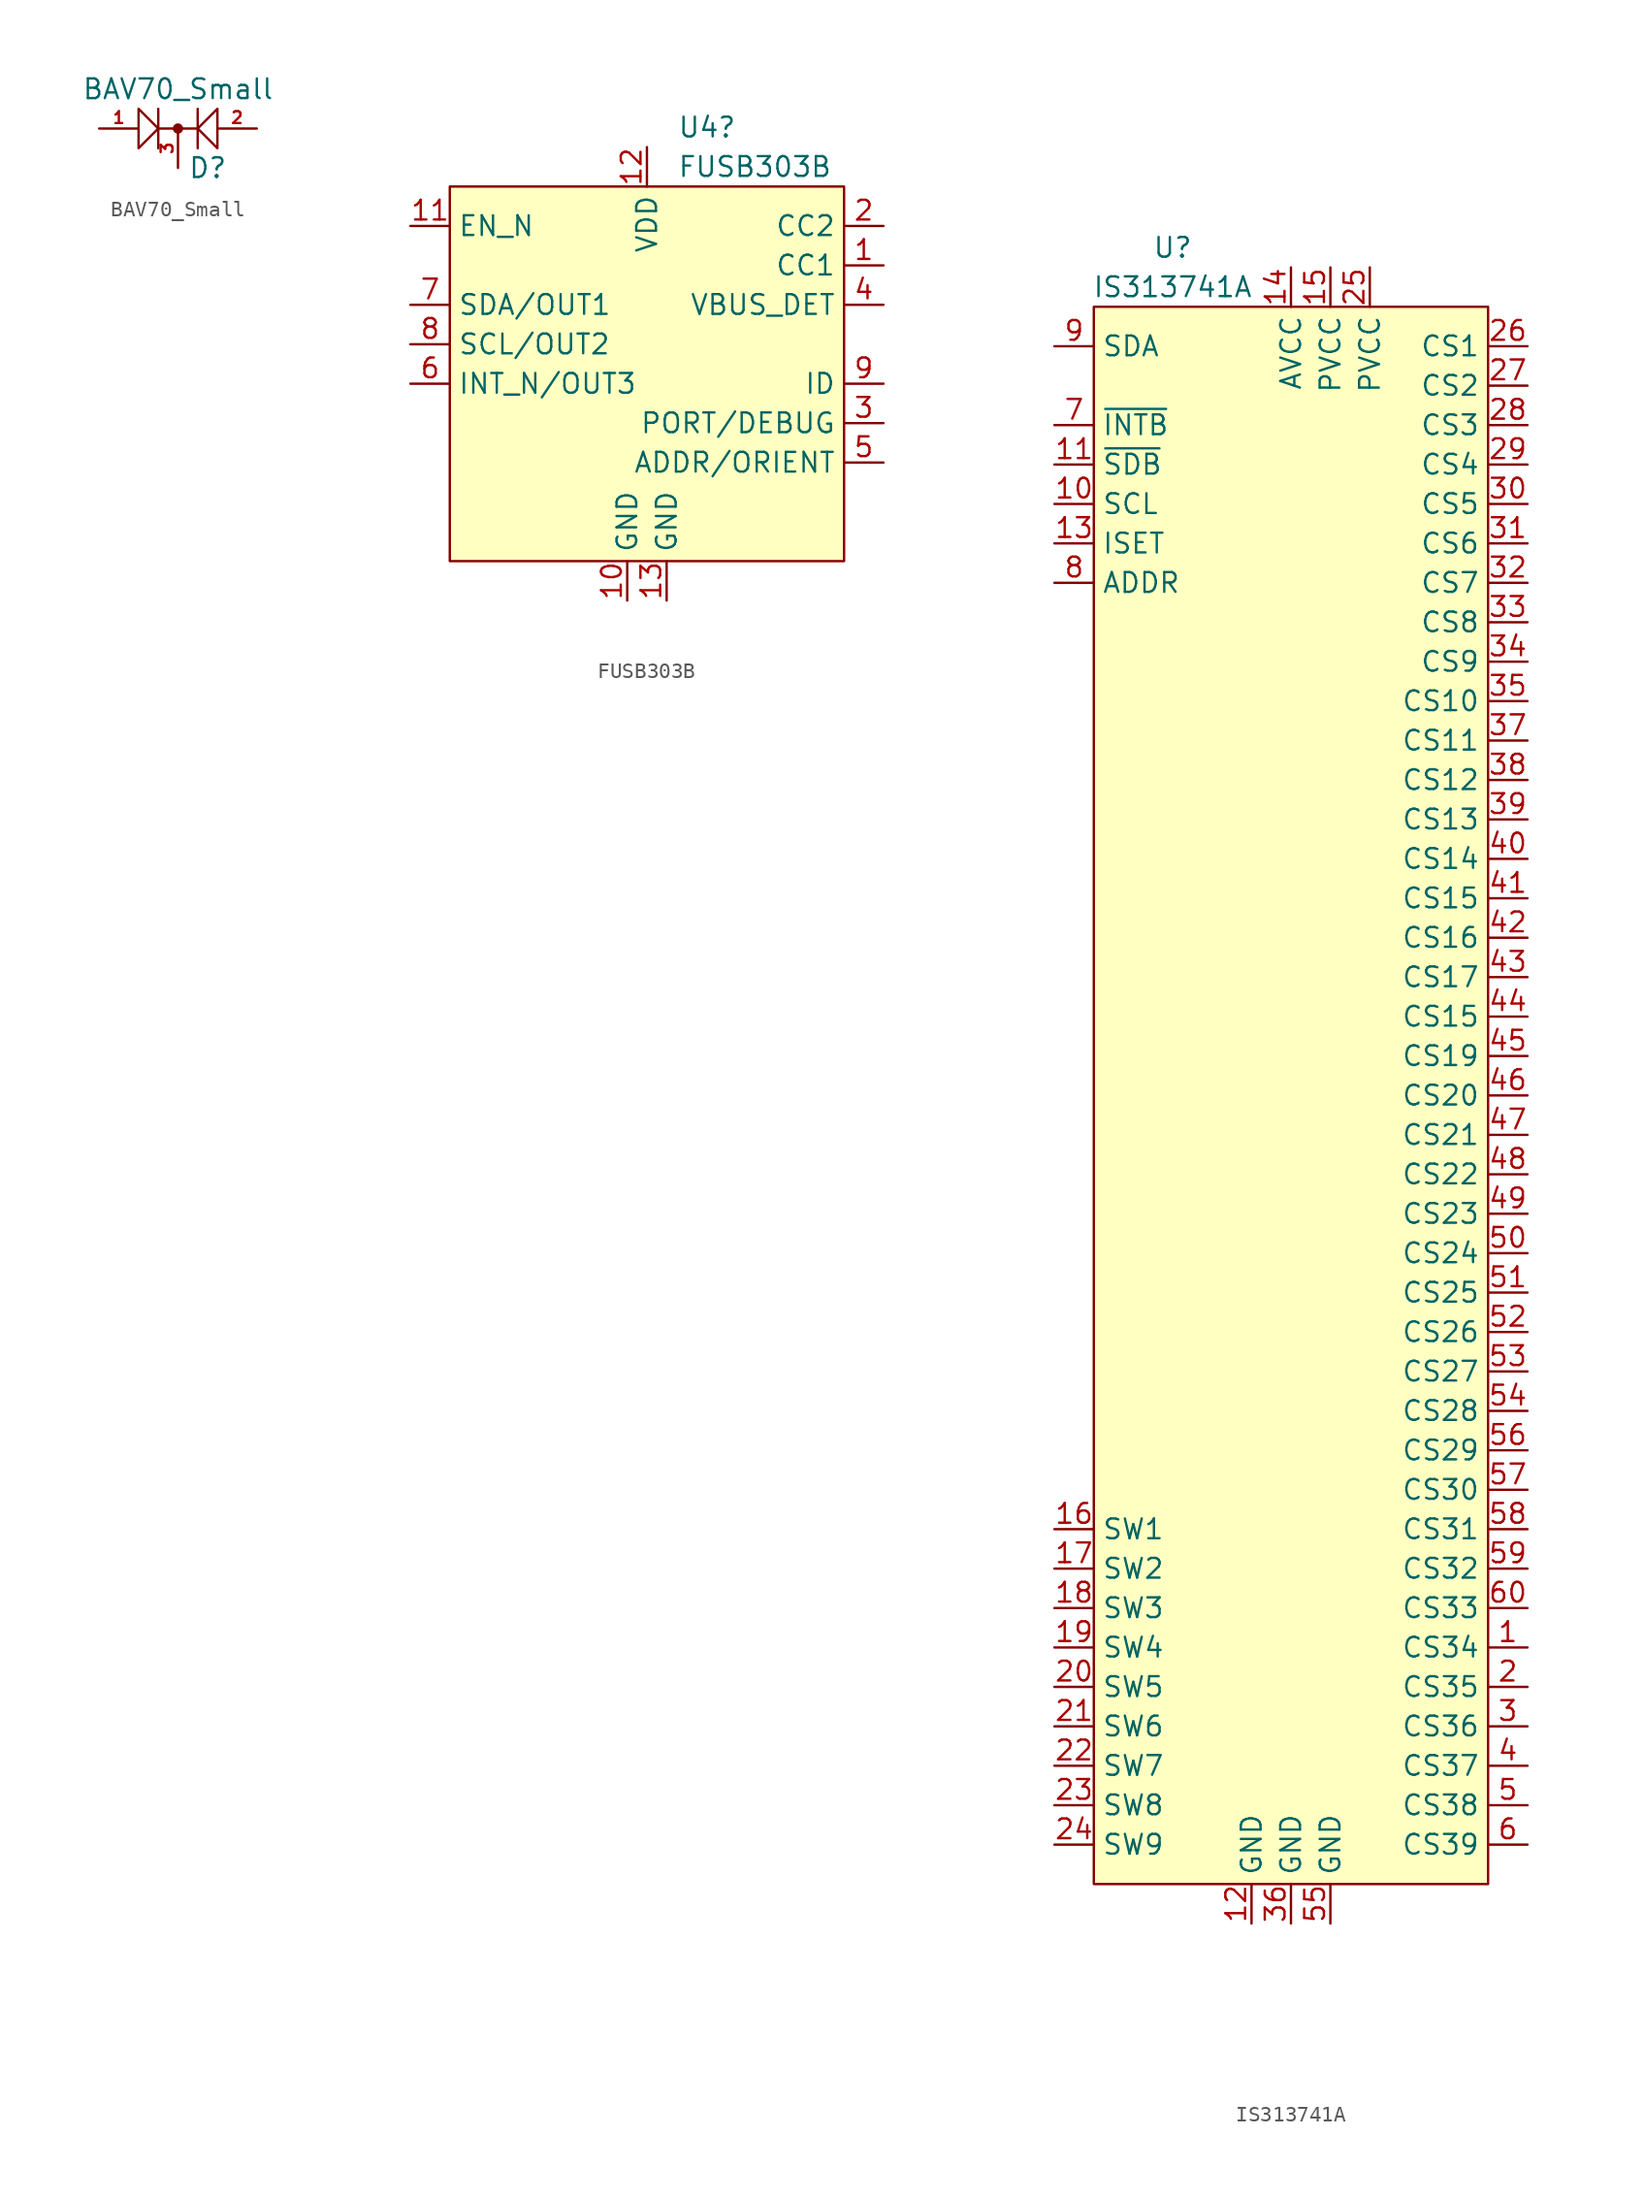
<source format=kicad_sym>
(kicad_symbol_lib
  (version 20220914)
  (generator kicad_symbol_editor)
  (symbol "BAV70_Small"
    (pin_names
      (offset 0.762) hide)
    (property "Reference" "D"
      (at 0.635 -2.54 0)
      (effects (font (size 1.27 1.27)) (justify left)))
    (property "Value" "BAV70_Small"
      (at 0 2.54 0)
      (effects (font (size 1.27 1.27))))
    (symbol "BAV70_Small_0_1"
      (polyline (pts (xy -1.27 1.27) (xy -1.27 -1.27)) (stroke (width 0) (type default)) (fill (type none)))
      (polyline (pts (xy 1.27 0) (xy -1.27 0)) (stroke (width 0) (type default)) (fill (type none)))
      (polyline (pts (xy 1.27 1.27) (xy 1.27 -1.27)) (stroke (width 0) (type default)) (fill (type none)))
      (polyline (pts (xy -2.54 1.27) (xy -2.54 -1.27) (xy -1.27 0) (xy -2.54 1.27)) (stroke (width 0) (type default)) (fill (type none)))
      (polyline (pts (xy 2.54 1.27) (xy 2.54 -1.27) (xy 1.27 0) (xy 2.54 1.27)) (stroke (width 0) (type default)) (fill (type none)))
      (circle (center 0 0) (radius 0.254) (stroke (width 0) (type default)) (fill (type outline))))
    (symbol "BAV70_Small_1_1"
      (pin input line (at -5.08 0 0) (length 2.54) (name "A1" (effects (font (size 0.762 0.762)))) (number "1" (effects (font (size 0.762 0.762)))))
      (pin input line (at 5.08 0 180) (length 2.54) (name "A2" (effects (font (size 0.762 0.762)))) (number "2" (effects (font (size 0.762 0.762)))))
      (pin passive line (at 0 -2.54 90) (length 2.54) (name "K" (effects (font (size 0.508 0.508)))) (number "3" (effects (font (size 0.762 0.762)))))))
  (symbol "FUSB303B"
    (property "Reference" "U4"
      (at 12.116 10.16 0)
      (effects (font (size 1.27 1.27)) (justify left)))
    (property "Value" "FUSB303B"
      (at 12.116 7.62 0)
      (effects (font (size 1.27 1.27)) (justify left)))
    (symbol "FUSB303B_0_0"
      (pin bidirectional line (at 25.4 1.27 180) (length 2.54) (name "CC1" (effects (font (size 1.27 1.27)))) (number "1" (effects (font (size 1.27 1.27)))))
      (pin power_in line (at 8.89 -20.32 90) (length 2.54) (name "GND" (effects (font (size 1.27 1.27)))) (number "10" (effects (font (size 1.27 1.27)))))
      (pin input line (at -5.08 3.81 0) (length 2.54) (name "EN_N" (effects (font (size 1.27 1.27)))) (number "11" (effects (font (size 1.27 1.27)))))
      (pin power_in line (at 10.16 8.89 270) (length 2.54) (name "VDD" (effects (font (size 1.27 1.27)))) (number "12" (effects (font (size 1.27 1.27)))))
      (pin power_in line (at 11.43 -20.32 90) (length 2.54) (name "GND" (effects (font (size 1.27 1.27)))) (number "13" (effects (font (size 1.27 1.27)))))
      (pin bidirectional line (at 25.4 3.81 180) (length 2.54) (name "CC2" (effects (font (size 1.27 1.27)))) (number "2" (effects (font (size 1.27 1.27)))))
      (pin bidirectional line (at 25.4 -8.89 180) (length 2.54) (name "PORT/DEBUG" (effects (font (size 1.27 1.27)))) (number "3" (effects (font (size 1.27 1.27)))))
      (pin input line (at 25.4 -1.27 180) (length 2.54) (name "VBUS_DET" (effects (font (size 1.27 1.27)))) (number "4" (effects (font (size 1.27 1.27)))))
      (pin bidirectional line (at 25.4 -11.43 180) (length 2.54) (name "ADDR/ORIENT" (effects (font (size 1.27 1.27)))) (number "5" (effects (font (size 1.27 1.27)))))
      (pin input line (at -5.08 -6.35 0) (length 2.54) (name "INT_N/OUT3" (effects (font (size 1.27 1.27)))) (number "6" (effects (font (size 1.27 1.27)))))
      (pin bidirectional line (at -5.08 -1.27 0) (length 2.54) (name "SDA/OUT1" (effects (font (size 1.27 1.27)))) (number "7" (effects (font (size 1.27 1.27)))))
      (pin bidirectional line (at -5.08 -3.81 0) (length 2.54) (name "SCL/OUT2" (effects (font (size 1.27 1.27)))) (number "8" (effects (font (size 1.27 1.27)))))
      (pin output line (at 25.4 -6.35 180) (length 2.54) (name "ID" (effects (font (size 1.27 1.27)))) (number "9" (effects (font (size 1.27 1.27))))))
    (symbol "FUSB303B_0_1"
      (rectangle (start -2.54 6.35) (end 22.86 -17.78) (stroke (width 0) (type default)) (fill (type background)))))
  (symbol "IS313741A"
    (property "Reference" "U"
      (at -7.62 54.61 0)
      (effects (font (size 1.27 1.27))))
    (property "Value" "IS313741A"
      (at -7.62 52.07 0)
      (effects (font (size 1.27 1.27))))
    (symbol "IS313741A_0_0"
      (pin power_out line (at 15.24 -35.56 180) (length 2.54) (name "CS34" (effects (font (size 1.27 1.27)))) (number "1" (effects (font (size 1.27 1.27)))))
      (pin input line (at -15.24 38.1 0) (length 2.54) (name "SCL" (effects (font (size 1.27 1.27)))) (number "10" (effects (font (size 1.27 1.27)))))
      (pin input line (at -15.24 40.64 0) (length 2.54) (name "~{SDB}" (effects (font (size 1.27 1.27)))) (number "11" (effects (font (size 1.27 1.27)))))
      (pin power_in line (at -2.54 -53.34 90) (length 2.54) (name "GND" (effects (font (size 1.27 1.27)))) (number "12" (effects (font (size 1.27 1.27)))))
      (pin input line (at -15.24 35.56 0) (length 2.54) (name "ISET" (effects (font (size 1.27 1.27)))) (number "13" (effects (font (size 1.27 1.27)))))
      (pin power_in line (at 0 53.34 270) (length 2.54) (name "AVCC" (effects (font (size 1.27 1.27)))) (number "14" (effects (font (size 1.27 1.27)))))
      (pin power_in line (at 2.54 53.34 270) (length 2.54) (name "PVCC" (effects (font (size 1.27 1.27)))) (number "15" (effects (font (size 1.27 1.27)))))
      (pin power_out line (at -15.24 -27.94 0) (length 2.54) (name "SW1" (effects (font (size 1.27 1.27)))) (number "16" (effects (font (size 1.27 1.27)))))
      (pin power_out line (at -15.24 -30.48 0) (length 2.54) (name "SW2" (effects (font (size 1.27 1.27)))) (number "17" (effects (font (size 1.27 1.27)))))
      (pin power_out line (at -15.24 -33.02 0) (length 2.54) (name "SW3" (effects (font (size 1.27 1.27)))) (number "18" (effects (font (size 1.27 1.27)))))
      (pin power_out line (at -15.24 -35.56 0) (length 2.54) (name "SW4" (effects (font (size 1.27 1.27)))) (number "19" (effects (font (size 1.27 1.27)))))
      (pin power_out line (at 15.24 -38.1 180) (length 2.54) (name "CS35" (effects (font (size 1.27 1.27)))) (number "2" (effects (font (size 1.27 1.27)))))
      (pin power_out line (at -15.24 -38.1 0) (length 2.54) (name "SW5" (effects (font (size 1.27 1.27)))) (number "20" (effects (font (size 1.27 1.27)))))
      (pin power_out line (at -15.24 -40.64 0) (length 2.54) (name "SW6" (effects (font (size 1.27 1.27)))) (number "21" (effects (font (size 1.27 1.27)))))
      (pin power_out line (at -15.24 -43.18 0) (length 2.54) (name "SW7" (effects (font (size 1.27 1.27)))) (number "22" (effects (font (size 1.27 1.27)))))
      (pin power_out line (at -15.24 -45.72 0) (length 2.54) (name "SW8" (effects (font (size 1.27 1.27)))) (number "23" (effects (font (size 1.27 1.27)))))
      (pin power_out line (at -15.24 -48.26 0) (length 2.54) (name "SW9" (effects (font (size 1.27 1.27)))) (number "24" (effects (font (size 1.27 1.27)))))
      (pin power_in line (at 5.08 53.34 270) (length 2.54) (name "PVCC" (effects (font (size 1.27 1.27)))) (number "25" (effects (font (size 1.27 1.27)))))
      (pin power_out line (at 15.24 48.26 180) (length 2.54) (name "CS1" (effects (font (size 1.27 1.27)))) (number "26" (effects (font (size 1.27 1.27)))))
      (pin power_out line (at 15.24 45.72 180) (length 2.54) (name "CS2" (effects (font (size 1.27 1.27)))) (number "27" (effects (font (size 1.27 1.27)))))
      (pin power_out line (at 15.24 43.18 180) (length 2.54) (name "CS3" (effects (font (size 1.27 1.27)))) (number "28" (effects (font (size 1.27 1.27)))))
      (pin power_out line (at 15.24 40.64 180) (length 2.54) (name "CS4" (effects (font (size 1.27 1.27)))) (number "29" (effects (font (size 1.27 1.27)))))
      (pin power_out line (at 15.24 -40.64 180) (length 2.54) (name "CS36" (effects (font (size 1.27 1.27)))) (number "3" (effects (font (size 1.27 1.27)))))
      (pin power_out line (at 15.24 38.1 180) (length 2.54) (name "CS5" (effects (font (size 1.27 1.27)))) (number "30" (effects (font (size 1.27 1.27)))))
      (pin power_out line (at 15.24 35.56 180) (length 2.54) (name "CS6" (effects (font (size 1.27 1.27)))) (number "31" (effects (font (size 1.27 1.27)))))
      (pin power_out line (at 15.24 33.02 180) (length 2.54) (name "CS7" (effects (font (size 1.27 1.27)))) (number "32" (effects (font (size 1.27 1.27)))))
      (pin power_out line (at 15.24 30.48 180) (length 2.54) (name "CS8" (effects (font (size 1.27 1.27)))) (number "33" (effects (font (size 1.27 1.27)))))
      (pin power_out line (at 15.24 27.94 180) (length 2.54) (name "CS9" (effects (font (size 1.27 1.27)))) (number "34" (effects (font (size 1.27 1.27)))))
      (pin power_out line (at 15.24 25.4 180) (length 2.54) (name "CS10" (effects (font (size 1.27 1.27)))) (number "35" (effects (font (size 1.27 1.27)))))
      (pin power_in line (at 0 -53.34 90) (length 2.54) (name "GND" (effects (font (size 1.27 1.27)))) (number "36" (effects (font (size 1.27 1.27)))))
      (pin power_out line (at 15.24 22.86 180) (length 2.54) (name "CS11" (effects (font (size 1.27 1.27)))) (number "37" (effects (font (size 1.27 1.27)))))
      (pin power_out line (at 15.24 20.32 180) (length 2.54) (name "CS12" (effects (font (size 1.27 1.27)))) (number "38" (effects (font (size 1.27 1.27)))))
      (pin power_out line (at 15.24 17.78 180) (length 2.54) (name "CS13" (effects (font (size 1.27 1.27)))) (number "39" (effects (font (size 1.27 1.27)))))
      (pin power_out line (at 15.24 -43.18 180) (length 2.54) (name "CS37" (effects (font (size 1.27 1.27)))) (number "4" (effects (font (size 1.27 1.27)))))
      (pin power_out line (at 15.24 15.24 180) (length 2.54) (name "CS14" (effects (font (size 1.27 1.27)))) (number "40" (effects (font (size 1.27 1.27)))))
      (pin power_out line (at 15.24 12.7 180) (length 2.54) (name "CS15" (effects (font (size 1.27 1.27)))) (number "41" (effects (font (size 1.27 1.27)))))
      (pin power_out line (at 15.24 10.16 180) (length 2.54) (name "CS16" (effects (font (size 1.27 1.27)))) (number "42" (effects (font (size 1.27 1.27)))))
      (pin power_out line (at 15.24 7.62 180) (length 2.54) (name "CS17" (effects (font (size 1.27 1.27)))) (number "43" (effects (font (size 1.27 1.27)))))
      (pin power_out line (at 15.24 5.08 180) (length 2.54) (name "CS15" (effects (font (size 1.27 1.27)))) (number "44" (effects (font (size 1.27 1.27)))))
      (pin power_out line (at 15.24 2.54 180) (length 2.54) (name "CS19" (effects (font (size 1.27 1.27)))) (number "45" (effects (font (size 1.27 1.27)))))
      (pin power_out line (at 15.24 0 180) (length 2.54) (name "CS20" (effects (font (size 1.27 1.27)))) (number "46" (effects (font (size 1.27 1.27)))))
      (pin power_out line (at 15.24 -2.54 180) (length 2.54) (name "CS21" (effects (font (size 1.27 1.27)))) (number "47" (effects (font (size 1.27 1.27)))))
      (pin power_out line (at 15.24 -5.08 180) (length 2.54) (name "CS22" (effects (font (size 1.27 1.27)))) (number "48" (effects (font (size 1.27 1.27)))))
      (pin power_out line (at 15.24 -7.62 180) (length 2.54) (name "CS23" (effects (font (size 1.27 1.27)))) (number "49" (effects (font (size 1.27 1.27)))))
      (pin power_out line (at 15.24 -45.72 180) (length 2.54) (name "CS38" (effects (font (size 1.27 1.27)))) (number "5" (effects (font (size 1.27 1.27)))))
      (pin power_out line (at 15.24 -10.16 180) (length 2.54) (name "CS24" (effects (font (size 1.27 1.27)))) (number "50" (effects (font (size 1.27 1.27)))))
      (pin power_out line (at 15.24 -12.7 180) (length 2.54) (name "CS25" (effects (font (size 1.27 1.27)))) (number "51" (effects (font (size 1.27 1.27)))))
      (pin power_out line (at 15.24 -15.24 180) (length 2.54) (name "CS26" (effects (font (size 1.27 1.27)))) (number "52" (effects (font (size 1.27 1.27)))))
      (pin power_out line (at 15.24 -17.78 180) (length 2.54) (name "CS27" (effects (font (size 1.27 1.27)))) (number "53" (effects (font (size 1.27 1.27)))))
      (pin power_out line (at 15.24 -20.32 180) (length 2.54) (name "CS28" (effects (font (size 1.27 1.27)))) (number "54" (effects (font (size 1.27 1.27)))))
      (pin power_in line (at 2.54 -53.34 90) (length 2.54) (name "GND" (effects (font (size 1.27 1.27)))) (number "55" (effects (font (size 1.27 1.27)))))
      (pin power_out line (at 15.24 -22.86 180) (length 2.54) (name "CS29" (effects (font (size 1.27 1.27)))) (number "56" (effects (font (size 1.27 1.27)))))
      (pin power_out line (at 15.24 -25.4 180) (length 2.54) (name "CS30" (effects (font (size 1.27 1.27)))) (number "57" (effects (font (size 1.27 1.27)))))
      (pin power_out line (at 15.24 -27.94 180) (length 2.54) (name "CS31" (effects (font (size 1.27 1.27)))) (number "58" (effects (font (size 1.27 1.27)))))
      (pin power_out line (at 15.24 -30.48 180) (length 2.54) (name "CS32" (effects (font (size 1.27 1.27)))) (number "59" (effects (font (size 1.27 1.27)))))
      (pin power_out line (at 15.24 -48.26 180) (length 2.54) (name "CS39" (effects (font (size 1.27 1.27)))) (number "6" (effects (font (size 1.27 1.27)))))
      (pin power_out line (at 15.24 -33.02 180) (length 2.54) (name "CS33" (effects (font (size 1.27 1.27)))) (number "60" (effects (font (size 1.27 1.27)))))
      (pin power_in line (at 2.54 -53.34 90) (length 2.54) hide (name "GND" (effects (font (size 1.27 1.27)))) (number "61" (effects (font (size 1.27 1.27)))))
      (pin open_collector line (at -15.24 43.18 0) (length 2.54) (name "~{INTB}" (effects (font (size 1.27 1.27)))) (number "7" (effects (font (size 1.27 1.27)))))
      (pin input line (at -15.24 33.02 0) (length 2.54) (name "ADDR" (effects (font (size 1.27 1.27)))) (number "8" (effects (font (size 1.27 1.27)))))
      (pin bidirectional line (at -15.24 48.26 0) (length 2.54) (name "SDA" (effects (font (size 1.27 1.27)))) (number "9" (effects (font (size 1.27 1.27))))))
    (symbol "IS313741A_0_1"
      (rectangle (start -12.7 50.8) (end 12.7 -50.8) (stroke (width 0.152) (type default)) (fill (type background))))))
</source>
